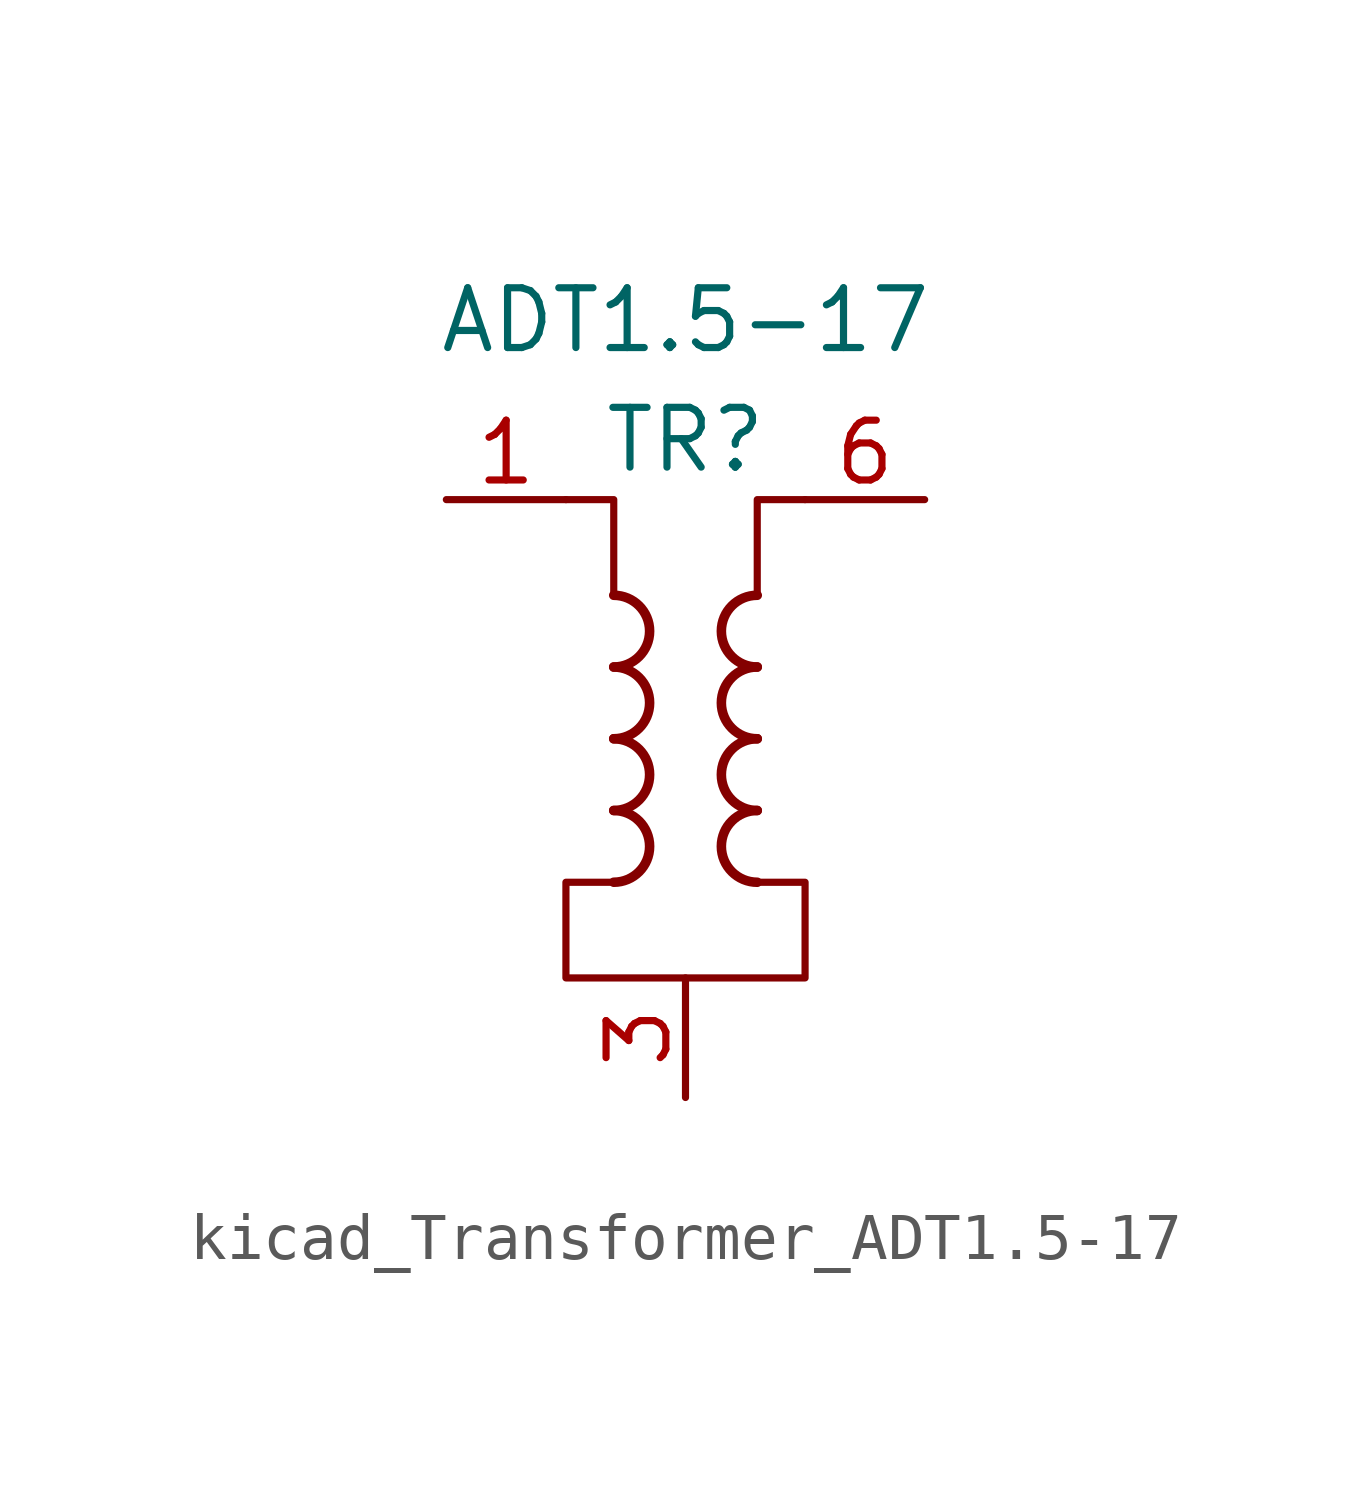
<source format=kicad_sym>
(kicad_symbol_lib
  (version 20220914)
  (generator kicad_symbol_editor)
  (symbol "kicad_Transformer_ADT1.5-17"
    (pin_names hide)
    (property "Reference" "TR"
      (at 0 6.35 0)
      (effects (font (size 1.27 1.27))))
    (property "Value" "ADT1.5-17"
      (at 0 8.89 0)
      (effects (font (size 1.27 1.27))))
    (symbol "kicad_Transformer_ADT1.5-17_0_1"
      (arc (start -1.524 -3.048) (mid -0.7653 -2.286) (end -1.524 -1.524) (stroke (width 0.2032) (type default)) (fill (type none)))
      (arc (start -1.524 -1.524) (mid -0.7653 -0.762) (end -1.524 0) (stroke (width 0.2032) (type default)) (fill (type none)))
      (arc (start -1.524 0) (mid -0.7653 0.762) (end -1.524 1.524) (stroke (width 0.2032) (type default)) (fill (type none)))
      (arc (start -1.524 1.524) (mid -0.7653 2.286) (end -1.524 3.048) (stroke (width 0.2032) (type default)) (fill (type none)))
      (polyline (pts (xy -2.54 5.08) (xy -1.524 5.08) (xy -1.524 3.048)) (stroke (width 0.152) (type default)) (fill (type none)))
      (polyline (pts (xy 1.524 3.048) (xy 1.524 5.08) (xy 2.54 5.08)) (stroke (width 0.152) (type default)) (fill (type none)))
      (polyline (pts (xy -1.524 -3.048) (xy -2.54 -3.048) (xy -2.54 -5.08) (xy 2.54 -5.08) (xy 2.54 -3.048) (xy 1.524 -3.048)) (stroke (width 0) (type default)) (fill (type none)))
      (arc (start 1.524 -1.524) (mid 0.7653 -2.286) (end 1.524 -3.048) (stroke (width 0.2032) (type default)) (fill (type none)))
      (arc (start 1.524 0) (mid 0.7653 -0.762) (end 1.524 -1.524) (stroke (width 0.2032) (type default)) (fill (type none)))
      (arc (start 1.524 1.524) (mid 0.7653 0.762) (end 1.524 0) (stroke (width 0.2032) (type default)) (fill (type none)))
      (arc (start 1.524 3.048) (mid 0.7653 2.286) (end 1.524 1.524) (stroke (width 0.2032) (type default)) (fill (type none))))
    (symbol "kicad_Transformer_ADT1.5-17_1_1"
      (pin passive line (at -5.08 5.08 0) (length 2.54) (name "~" (effects (font (size 1.27 1.27)))) (number "1" (effects (font (size 1.27 1.27)))))
      (pin passive line (at 0 -7.62 90) (length 2.54) (name "~" (effects (font (size 1.27 1.27)))) (number "3" (effects (font (size 1.27 1.27)))))
      (pin passive line (at 5.08 5.08 180) (length 2.54) (name "~" (effects (font (size 1.27 1.27)))) (number "6" (effects (font (size 1.27 1.27))))))))
</source>
